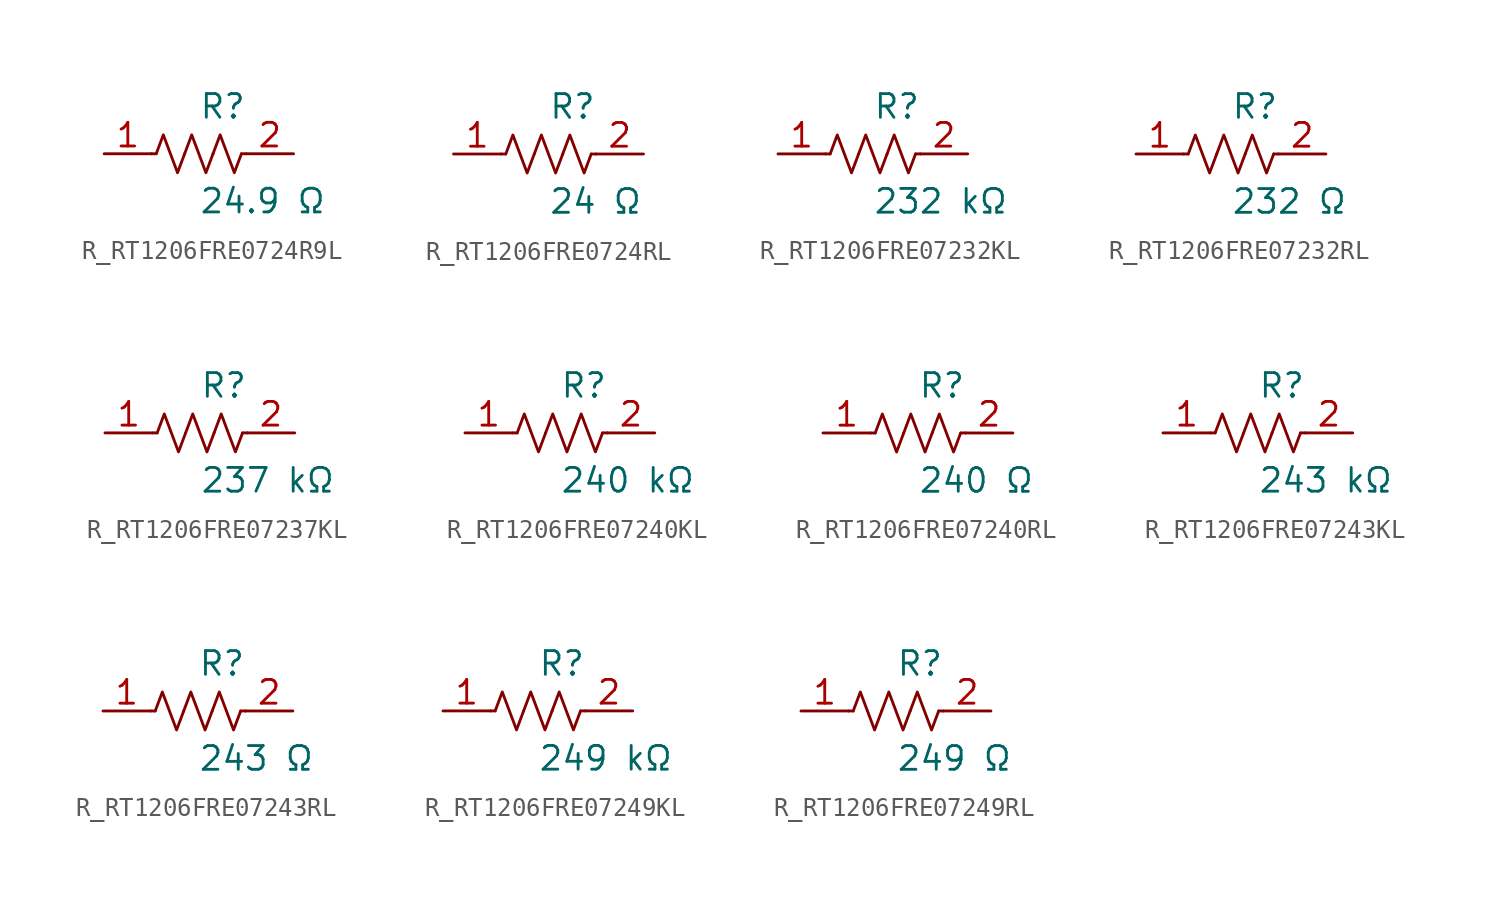
<source format=kicad_sym>
(kicad_symbol_lib
  (version 20231120)
  (generator kicad_symbol_editor)
  (generator_version 8.0)
  (symbol "R_RT1206FRE0724R9L"
    (pin_names
      (offset 0.254))
    (property "Reference" "R"
      (at 0 2.54 0)
      (effects (font (size 1.27 1.27)) (justify left)))
    (property "Value" "24.9 Ω"
      (at 0 -2.54 0)
      (effects (font (size 1.27 1.27)) (justify left)))
    (symbol "R_RT1206FRE0724R9L_0_1"
      (polyline (pts (xy 2.286 0) (xy 2.54 0)) (stroke (width 0) (type default)) (fill (type none)))
      (polyline (pts (xy -2.286 0) (xy -2.54 0)) (stroke (width 0) (type default)) (fill (type none)))
      (polyline (pts (xy 0.762 0) (xy 1.143 1.016) (xy 1.524 0) (xy 1.905 -1.016) (xy 2.286 0)) (stroke (width 0) (type default)) (fill (type none)))
      (polyline (pts (xy -0.762 0) (xy -0.381 1.016) (xy 0 0) (xy 0.381 -1.016) (xy 0.762 0)) (stroke (width 0) (type default)) (fill (type none)))
      (polyline (pts (xy -2.286 0) (xy -1.905 1.016) (xy -1.524 0) (xy -1.143 -1.016) (xy -0.762 0)) (stroke (width 0) (type default)) (fill (type none))))
    (pin unspecified line
      (at -5.08 0 0)
      (length 2.54)
      (name "" (effects (font (size 1.27 1.27))))
      (number "1" (effects (font (size 1.27 1.27)))))
    (pin unspecified line
      (at 5.08 0 180)
      (length 2.54)
      (name "" (effects (font (size 1.27 1.27))))
      (number "2" (effects (font (size 1.27 1.27))))))
  (symbol "R_RT1206FRE0724RL"
    (pin_names
      (offset 0.254))
    (property "Reference" "R"
      (at 0 2.54 0)
      (effects (font (size 1.27 1.27)) (justify left)))
    (property "Value" "24 Ω"
      (at 0 -2.54 0)
      (effects (font (size 1.27 1.27)) (justify left)))
    (symbol "R_RT1206FRE0724RL_0_1"
      (polyline (pts (xy 2.286 0) (xy 2.54 0)) (stroke (width 0) (type default)) (fill (type none)))
      (polyline (pts (xy -2.286 0) (xy -2.54 0)) (stroke (width 0) (type default)) (fill (type none)))
      (polyline (pts (xy 0.762 0) (xy 1.143 1.016) (xy 1.524 0) (xy 1.905 -1.016) (xy 2.286 0)) (stroke (width 0) (type default)) (fill (type none)))
      (polyline (pts (xy -0.762 0) (xy -0.381 1.016) (xy 0 0) (xy 0.381 -1.016) (xy 0.762 0)) (stroke (width 0) (type default)) (fill (type none)))
      (polyline (pts (xy -2.286 0) (xy -1.905 1.016) (xy -1.524 0) (xy -1.143 -1.016) (xy -0.762 0)) (stroke (width 0) (type default)) (fill (type none))))
    (pin unspecified line
      (at -5.08 0 0)
      (length 2.54)
      (name "" (effects (font (size 1.27 1.27))))
      (number "1" (effects (font (size 1.27 1.27)))))
    (pin unspecified line
      (at 5.08 0 180)
      (length 2.54)
      (name "" (effects (font (size 1.27 1.27))))
      (number "2" (effects (font (size 1.27 1.27))))))
  (symbol "R_RT1206FRE07232KL"
    (pin_names
      (offset 0.254))
    (property "Reference" "R"
      (at 0 2.54 0)
      (effects (font (size 1.27 1.27)) (justify left)))
    (property "Value" "232 kΩ"
      (at 0 -2.54 0)
      (effects (font (size 1.27 1.27)) (justify left)))
    (symbol "R_RT1206FRE07232KL_0_1"
      (polyline (pts (xy 2.286 0) (xy 2.54 0)) (stroke (width 0) (type default)) (fill (type none)))
      (polyline (pts (xy -2.286 0) (xy -2.54 0)) (stroke (width 0) (type default)) (fill (type none)))
      (polyline (pts (xy 0.762 0) (xy 1.143 1.016) (xy 1.524 0) (xy 1.905 -1.016) (xy 2.286 0)) (stroke (width 0) (type default)) (fill (type none)))
      (polyline (pts (xy -0.762 0) (xy -0.381 1.016) (xy 0 0) (xy 0.381 -1.016) (xy 0.762 0)) (stroke (width 0) (type default)) (fill (type none)))
      (polyline (pts (xy -2.286 0) (xy -1.905 1.016) (xy -1.524 0) (xy -1.143 -1.016) (xy -0.762 0)) (stroke (width 0) (type default)) (fill (type none))))
    (pin unspecified line
      (at -5.08 0 0)
      (length 2.54)
      (name "" (effects (font (size 1.27 1.27))))
      (number "1" (effects (font (size 1.27 1.27)))))
    (pin unspecified line
      (at 5.08 0 180)
      (length 2.54)
      (name "" (effects (font (size 1.27 1.27))))
      (number "2" (effects (font (size 1.27 1.27))))))
  (symbol "R_RT1206FRE07232RL"
    (pin_names
      (offset 0.254))
    (property "Reference" "R"
      (at 0 2.54 0)
      (effects (font (size 1.27 1.27)) (justify left)))
    (property "Value" "232 Ω"
      (at 0 -2.54 0)
      (effects (font (size 1.27 1.27)) (justify left)))
    (symbol "R_RT1206FRE07232RL_0_1"
      (polyline (pts (xy 2.286 0) (xy 2.54 0)) (stroke (width 0) (type default)) (fill (type none)))
      (polyline (pts (xy -2.286 0) (xy -2.54 0)) (stroke (width 0) (type default)) (fill (type none)))
      (polyline (pts (xy 0.762 0) (xy 1.143 1.016) (xy 1.524 0) (xy 1.905 -1.016) (xy 2.286 0)) (stroke (width 0) (type default)) (fill (type none)))
      (polyline (pts (xy -0.762 0) (xy -0.381 1.016) (xy 0 0) (xy 0.381 -1.016) (xy 0.762 0)) (stroke (width 0) (type default)) (fill (type none)))
      (polyline (pts (xy -2.286 0) (xy -1.905 1.016) (xy -1.524 0) (xy -1.143 -1.016) (xy -0.762 0)) (stroke (width 0) (type default)) (fill (type none))))
    (pin unspecified line
      (at -5.08 0 0)
      (length 2.54)
      (name "" (effects (font (size 1.27 1.27))))
      (number "1" (effects (font (size 1.27 1.27)))))
    (pin unspecified line
      (at 5.08 0 180)
      (length 2.54)
      (name "" (effects (font (size 1.27 1.27))))
      (number "2" (effects (font (size 1.27 1.27))))))
  (symbol "R_RT1206FRE07237KL"
    (pin_names
      (offset 0.254))
    (property "Reference" "R"
      (at 0 2.54 0)
      (effects (font (size 1.27 1.27)) (justify left)))
    (property "Value" "237 kΩ"
      (at 0 -2.54 0)
      (effects (font (size 1.27 1.27)) (justify left)))
    (symbol "R_RT1206FRE07237KL_0_1"
      (polyline (pts (xy 2.286 0) (xy 2.54 0)) (stroke (width 0) (type default)) (fill (type none)))
      (polyline (pts (xy -2.286 0) (xy -2.54 0)) (stroke (width 0) (type default)) (fill (type none)))
      (polyline (pts (xy 0.762 0) (xy 1.143 1.016) (xy 1.524 0) (xy 1.905 -1.016) (xy 2.286 0)) (stroke (width 0) (type default)) (fill (type none)))
      (polyline (pts (xy -0.762 0) (xy -0.381 1.016) (xy 0 0) (xy 0.381 -1.016) (xy 0.762 0)) (stroke (width 0) (type default)) (fill (type none)))
      (polyline (pts (xy -2.286 0) (xy -1.905 1.016) (xy -1.524 0) (xy -1.143 -1.016) (xy -0.762 0)) (stroke (width 0) (type default)) (fill (type none))))
    (pin unspecified line
      (at -5.08 0 0)
      (length 2.54)
      (name "" (effects (font (size 1.27 1.27))))
      (number "1" (effects (font (size 1.27 1.27)))))
    (pin unspecified line
      (at 5.08 0 180)
      (length 2.54)
      (name "" (effects (font (size 1.27 1.27))))
      (number "2" (effects (font (size 1.27 1.27))))))
  (symbol "R_RT1206FRE07240KL"
    (pin_names
      (offset 0.254))
    (property "Reference" "R"
      (at 0 2.54 0)
      (effects (font (size 1.27 1.27)) (justify left)))
    (property "Value" "240 kΩ"
      (at 0 -2.54 0)
      (effects (font (size 1.27 1.27)) (justify left)))
    (symbol "R_RT1206FRE07240KL_0_1"
      (polyline (pts (xy 2.286 0) (xy 2.54 0)) (stroke (width 0) (type default)) (fill (type none)))
      (polyline (pts (xy -2.286 0) (xy -2.54 0)) (stroke (width 0) (type default)) (fill (type none)))
      (polyline (pts (xy 0.762 0) (xy 1.143 1.016) (xy 1.524 0) (xy 1.905 -1.016) (xy 2.286 0)) (stroke (width 0) (type default)) (fill (type none)))
      (polyline (pts (xy -0.762 0) (xy -0.381 1.016) (xy 0 0) (xy 0.381 -1.016) (xy 0.762 0)) (stroke (width 0) (type default)) (fill (type none)))
      (polyline (pts (xy -2.286 0) (xy -1.905 1.016) (xy -1.524 0) (xy -1.143 -1.016) (xy -0.762 0)) (stroke (width 0) (type default)) (fill (type none))))
    (pin unspecified line
      (at -5.08 0 0)
      (length 2.54)
      (name "" (effects (font (size 1.27 1.27))))
      (number "1" (effects (font (size 1.27 1.27)))))
    (pin unspecified line
      (at 5.08 0 180)
      (length 2.54)
      (name "" (effects (font (size 1.27 1.27))))
      (number "2" (effects (font (size 1.27 1.27))))))
  (symbol "R_RT1206FRE07240RL"
    (pin_names
      (offset 0.254))
    (property "Reference" "R"
      (at 0 2.54 0)
      (effects (font (size 1.27 1.27)) (justify left)))
    (property "Value" "240 Ω"
      (at 0 -2.54 0)
      (effects (font (size 1.27 1.27)) (justify left)))
    (symbol "R_RT1206FRE07240RL_0_1"
      (polyline (pts (xy 2.286 0) (xy 2.54 0)) (stroke (width 0) (type default)) (fill (type none)))
      (polyline (pts (xy -2.286 0) (xy -2.54 0)) (stroke (width 0) (type default)) (fill (type none)))
      (polyline (pts (xy 0.762 0) (xy 1.143 1.016) (xy 1.524 0) (xy 1.905 -1.016) (xy 2.286 0)) (stroke (width 0) (type default)) (fill (type none)))
      (polyline (pts (xy -0.762 0) (xy -0.381 1.016) (xy 0 0) (xy 0.381 -1.016) (xy 0.762 0)) (stroke (width 0) (type default)) (fill (type none)))
      (polyline (pts (xy -2.286 0) (xy -1.905 1.016) (xy -1.524 0) (xy -1.143 -1.016) (xy -0.762 0)) (stroke (width 0) (type default)) (fill (type none))))
    (pin unspecified line
      (at -5.08 0 0)
      (length 2.54)
      (name "" (effects (font (size 1.27 1.27))))
      (number "1" (effects (font (size 1.27 1.27)))))
    (pin unspecified line
      (at 5.08 0 180)
      (length 2.54)
      (name "" (effects (font (size 1.27 1.27))))
      (number "2" (effects (font (size 1.27 1.27))))))
  (symbol "R_RT1206FRE07243KL"
    (pin_names
      (offset 0.254))
    (property "Reference" "R"
      (at 0 2.54 0)
      (effects (font (size 1.27 1.27)) (justify left)))
    (property "Value" "243 kΩ"
      (at 0 -2.54 0)
      (effects (font (size 1.27 1.27)) (justify left)))
    (symbol "R_RT1206FRE07243KL_0_1"
      (polyline (pts (xy 2.286 0) (xy 2.54 0)) (stroke (width 0) (type default)) (fill (type none)))
      (polyline (pts (xy -2.286 0) (xy -2.54 0)) (stroke (width 0) (type default)) (fill (type none)))
      (polyline (pts (xy 0.762 0) (xy 1.143 1.016) (xy 1.524 0) (xy 1.905 -1.016) (xy 2.286 0)) (stroke (width 0) (type default)) (fill (type none)))
      (polyline (pts (xy -0.762 0) (xy -0.381 1.016) (xy 0 0) (xy 0.381 -1.016) (xy 0.762 0)) (stroke (width 0) (type default)) (fill (type none)))
      (polyline (pts (xy -2.286 0) (xy -1.905 1.016) (xy -1.524 0) (xy -1.143 -1.016) (xy -0.762 0)) (stroke (width 0) (type default)) (fill (type none))))
    (pin unspecified line
      (at -5.08 0 0)
      (length 2.54)
      (name "" (effects (font (size 1.27 1.27))))
      (number "1" (effects (font (size 1.27 1.27)))))
    (pin unspecified line
      (at 5.08 0 180)
      (length 2.54)
      (name "" (effects (font (size 1.27 1.27))))
      (number "2" (effects (font (size 1.27 1.27))))))
  (symbol "R_RT1206FRE07243RL"
    (pin_names
      (offset 0.254))
    (property "Reference" "R"
      (at 0 2.54 0)
      (effects (font (size 1.27 1.27)) (justify left)))
    (property "Value" "243 Ω"
      (at 0 -2.54 0)
      (effects (font (size 1.27 1.27)) (justify left)))
    (symbol "R_RT1206FRE07243RL_0_1"
      (polyline (pts (xy 2.286 0) (xy 2.54 0)) (stroke (width 0) (type default)) (fill (type none)))
      (polyline (pts (xy -2.286 0) (xy -2.54 0)) (stroke (width 0) (type default)) (fill (type none)))
      (polyline (pts (xy 0.762 0) (xy 1.143 1.016) (xy 1.524 0) (xy 1.905 -1.016) (xy 2.286 0)) (stroke (width 0) (type default)) (fill (type none)))
      (polyline (pts (xy -0.762 0) (xy -0.381 1.016) (xy 0 0) (xy 0.381 -1.016) (xy 0.762 0)) (stroke (width 0) (type default)) (fill (type none)))
      (polyline (pts (xy -2.286 0) (xy -1.905 1.016) (xy -1.524 0) (xy -1.143 -1.016) (xy -0.762 0)) (stroke (width 0) (type default)) (fill (type none))))
    (pin unspecified line
      (at -5.08 0 0)
      (length 2.54)
      (name "" (effects (font (size 1.27 1.27))))
      (number "1" (effects (font (size 1.27 1.27)))))
    (pin unspecified line
      (at 5.08 0 180)
      (length 2.54)
      (name "" (effects (font (size 1.27 1.27))))
      (number "2" (effects (font (size 1.27 1.27))))))
  (symbol "R_RT1206FRE07249KL"
    (pin_names
      (offset 0.254))
    (property "Reference" "R"
      (at 0 2.54 0)
      (effects (font (size 1.27 1.27)) (justify left)))
    (property "Value" "249 kΩ"
      (at 0 -2.54 0)
      (effects (font (size 1.27 1.27)) (justify left)))
    (symbol "R_RT1206FRE07249KL_0_1"
      (polyline (pts (xy 2.286 0) (xy 2.54 0)) (stroke (width 0) (type default)) (fill (type none)))
      (polyline (pts (xy -2.286 0) (xy -2.54 0)) (stroke (width 0) (type default)) (fill (type none)))
      (polyline (pts (xy 0.762 0) (xy 1.143 1.016) (xy 1.524 0) (xy 1.905 -1.016) (xy 2.286 0)) (stroke (width 0) (type default)) (fill (type none)))
      (polyline (pts (xy -0.762 0) (xy -0.381 1.016) (xy 0 0) (xy 0.381 -1.016) (xy 0.762 0)) (stroke (width 0) (type default)) (fill (type none)))
      (polyline (pts (xy -2.286 0) (xy -1.905 1.016) (xy -1.524 0) (xy -1.143 -1.016) (xy -0.762 0)) (stroke (width 0) (type default)) (fill (type none))))
    (pin unspecified line
      (at -5.08 0 0)
      (length 2.54)
      (name "" (effects (font (size 1.27 1.27))))
      (number "1" (effects (font (size 1.27 1.27)))))
    (pin unspecified line
      (at 5.08 0 180)
      (length 2.54)
      (name "" (effects (font (size 1.27 1.27))))
      (number "2" (effects (font (size 1.27 1.27))))))
  (symbol "R_RT1206FRE07249RL"
    (pin_names
      (offset 0.254))
    (property "Reference" "R"
      (at 0 2.54 0)
      (effects (font (size 1.27 1.27)) (justify left)))
    (property "Value" "249 Ω"
      (at 0 -2.54 0)
      (effects (font (size 1.27 1.27)) (justify left)))
    (symbol "R_RT1206FRE07249RL_0_1"
      (polyline (pts (xy 2.286 0) (xy 2.54 0)) (stroke (width 0) (type default)) (fill (type none)))
      (polyline (pts (xy -2.286 0) (xy -2.54 0)) (stroke (width 0) (type default)) (fill (type none)))
      (polyline (pts (xy 0.762 0) (xy 1.143 1.016) (xy 1.524 0) (xy 1.905 -1.016) (xy 2.286 0)) (stroke (width 0) (type default)) (fill (type none)))
      (polyline (pts (xy -0.762 0) (xy -0.381 1.016) (xy 0 0) (xy 0.381 -1.016) (xy 0.762 0)) (stroke (width 0) (type default)) (fill (type none)))
      (polyline (pts (xy -2.286 0) (xy -1.905 1.016) (xy -1.524 0) (xy -1.143 -1.016) (xy -0.762 0)) (stroke (width 0) (type default)) (fill (type none))))
    (pin unspecified line
      (at -5.08 0 0)
      (length 2.54)
      (name "" (effects (font (size 1.27 1.27))))
      (number "1" (effects (font (size 1.27 1.27)))))
    (pin unspecified line
      (at 5.08 0 180)
      (length 2.54)
      (name "" (effects (font (size 1.27 1.27))))
      (number "2" (effects (font (size 1.27 1.27)))))))
</source>
